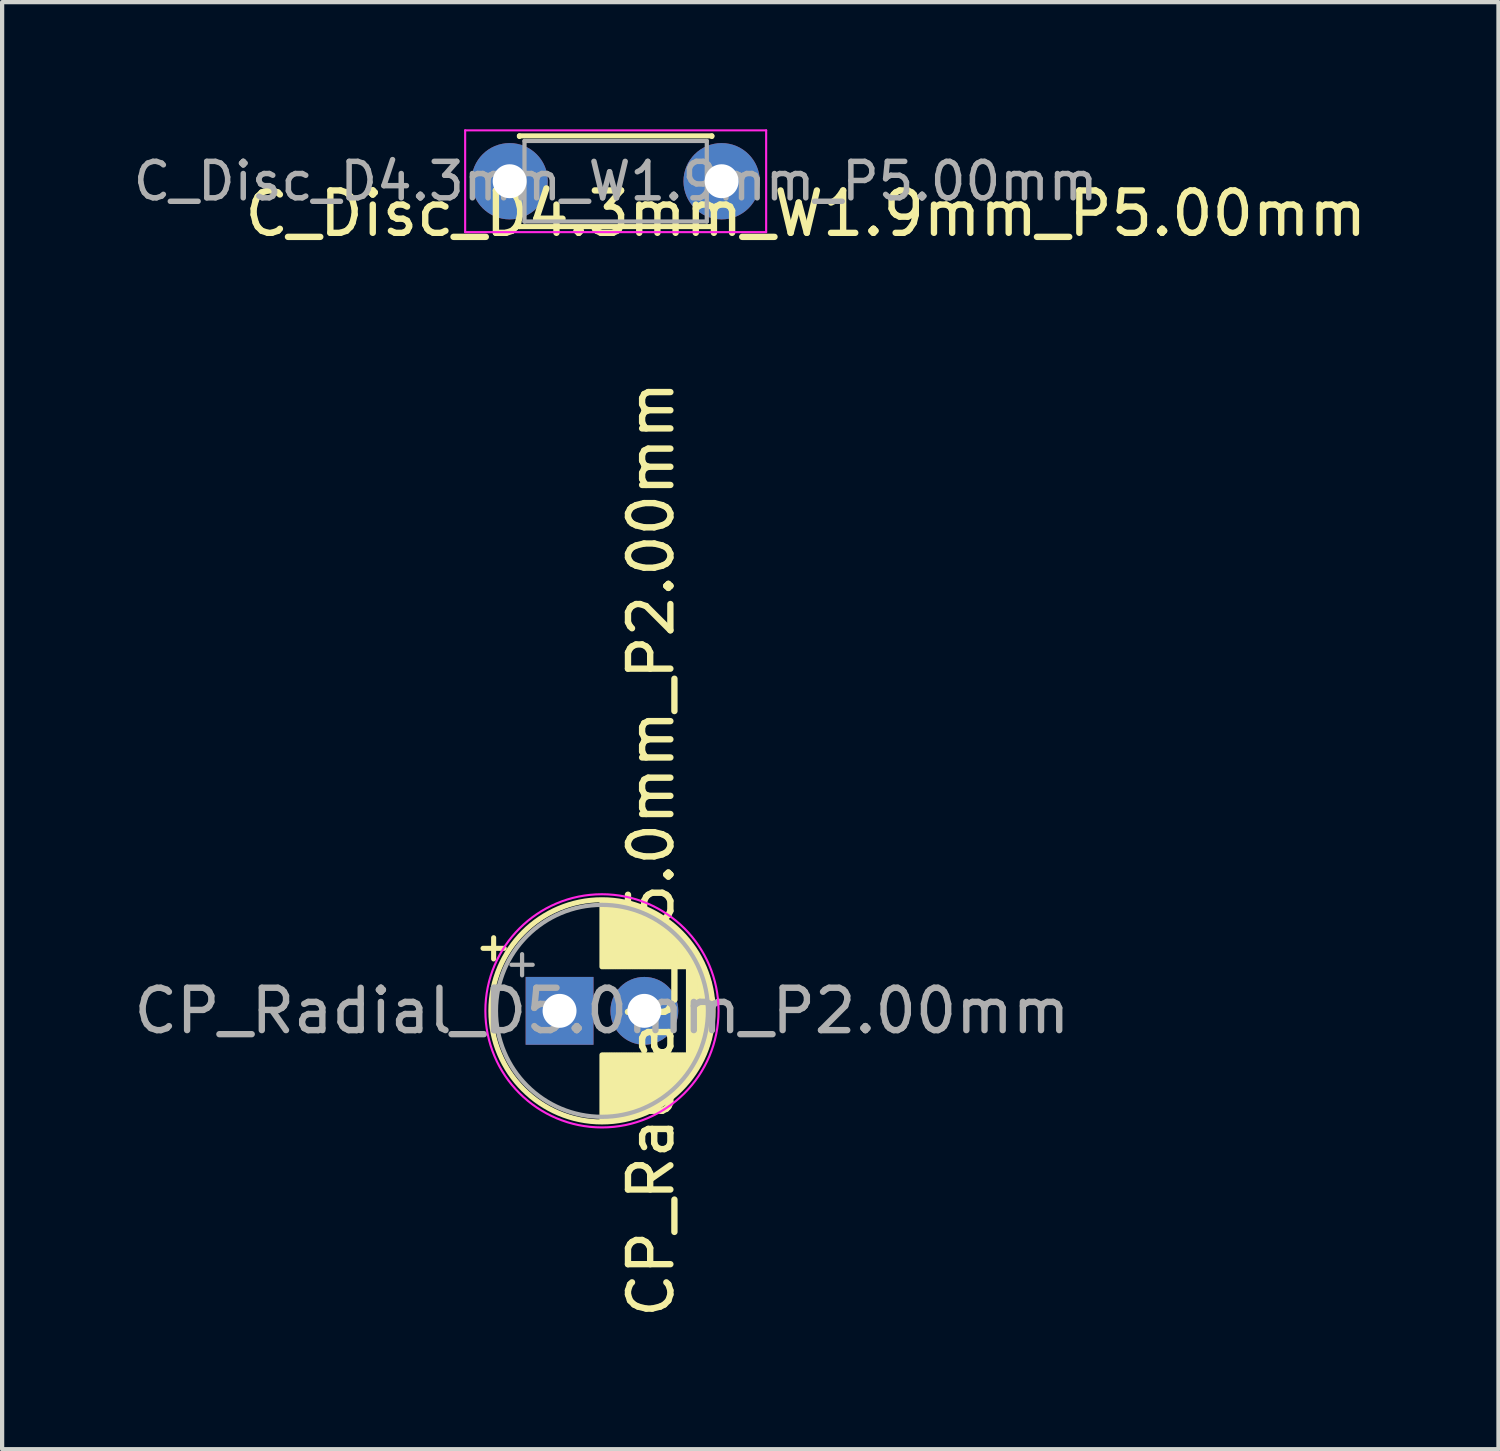
<source format=kicad_pcb>
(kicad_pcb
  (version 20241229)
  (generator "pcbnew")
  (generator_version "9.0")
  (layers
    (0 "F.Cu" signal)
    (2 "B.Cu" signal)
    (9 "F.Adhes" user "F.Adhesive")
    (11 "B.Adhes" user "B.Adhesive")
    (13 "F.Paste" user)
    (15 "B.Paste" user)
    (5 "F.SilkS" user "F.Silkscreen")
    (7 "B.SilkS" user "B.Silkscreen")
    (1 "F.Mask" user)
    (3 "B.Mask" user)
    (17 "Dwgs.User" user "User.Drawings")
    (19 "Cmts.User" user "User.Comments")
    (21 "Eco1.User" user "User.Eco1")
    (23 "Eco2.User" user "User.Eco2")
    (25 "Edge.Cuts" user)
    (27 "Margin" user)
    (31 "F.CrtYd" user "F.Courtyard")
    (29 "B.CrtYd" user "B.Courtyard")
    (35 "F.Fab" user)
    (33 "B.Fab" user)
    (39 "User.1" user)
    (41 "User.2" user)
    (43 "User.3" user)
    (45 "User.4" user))
  (footprint "CP_Radial_D5.0mm_P2.00mm"
    (layer "F.Cu")
    (at 10.149 20.794)
    (property "Reference" "CP_Radial_D5.0mm_P2.00mm" (at 2.159 -3.81 270) (layer "F.SilkS") (effects (font (size 1 1) (thickness 0.15))))
    (attr through_hole)
    (fp_line (start -1.805 -1.475) (end -1.305 -1.475) (stroke (width 0.12) (type solid)) (layer "F.SilkS"))
    (fp_line (start -1.555 -1.725) (end -1.555 -1.225) (stroke (width 0.12) (type solid)) (layer "F.SilkS"))
    (fp_line (start 1 -2.58) (end 1 -1.04) (stroke (width 0.12) (type solid)) (layer "F.SilkS"))
    (fp_line (start 1 1.04) (end 1 2.58) (stroke (width 0.12) (type solid)) (layer "F.SilkS"))
    (fp_line (start 1.04 -2.58) (end 1.04 -1.04) (stroke (width 0.12) (type solid)) (layer "F.SilkS"))
    (fp_line (start 1.04 1.04) (end 1.04 2.58) (stroke (width 0.12) (type solid)) (layer "F.SilkS"))
    (fp_line (start 1.08 -2.579) (end 1.08 -1.04) (stroke (width 0.12) (type solid)) (layer "F.SilkS"))
    (fp_line (start 1.08 1.04) (end 1.08 2.579) (stroke (width 0.12) (type solid)) (layer "F.SilkS"))
    (fp_line (start 1.12 -2.578) (end 1.12 -1.04) (stroke (width 0.12) (type solid)) (layer "F.SilkS"))
    (fp_line (start 1.12 1.04) (end 1.12 2.578) (stroke (width 0.12) (type solid)) (layer "F.SilkS"))
    (fp_line (start 1.16 -2.576) (end 1.16 -1.04) (stroke (width 0.12) (type solid)) (layer "F.SilkS"))
    (fp_line (start 1.16 1.04) (end 1.16 2.576) (stroke (width 0.12) (type solid)) (layer "F.SilkS"))
    (fp_line (start 1.2 -2.573) (end 1.2 -1.04) (stroke (width 0.12) (type solid)) (layer "F.SilkS"))
    (fp_line (start 1.2 1.04) (end 1.2 2.573) (stroke (width 0.12) (type solid)) (layer "F.SilkS"))
    (fp_line (start 1.24 -2.569) (end 1.24 -1.04) (stroke (width 0.12) (type solid)) (layer "F.SilkS"))
    (fp_line (start 1.24 1.04) (end 1.24 2.569) (stroke (width 0.12) (type solid)) (layer "F.SilkS"))
    (fp_line (start 1.28 -2.565) (end 1.28 -1.04) (stroke (width 0.12) (type solid)) (layer "F.SilkS"))
    (fp_line (start 1.28 1.04) (end 1.28 2.565) (stroke (width 0.12) (type solid)) (layer "F.SilkS"))
    (fp_line (start 1.32 -2.561) (end 1.32 -1.04) (stroke (width 0.12) (type solid)) (layer "F.SilkS"))
    (fp_line (start 1.32 1.04) (end 1.32 2.561) (stroke (width 0.12) (type solid)) (layer "F.SilkS"))
    (fp_line (start 1.36 -2.556) (end 1.36 -1.04) (stroke (width 0.12) (type solid)) (layer "F.SilkS"))
    (fp_line (start 1.36 1.04) (end 1.36 2.556) (stroke (width 0.12) (type solid)) (layer "F.SilkS"))
    (fp_line (start 1.4 -2.55) (end 1.4 -1.04) (stroke (width 0.12) (type solid)) (layer "F.SilkS"))
    (fp_line (start 1.4 1.04) (end 1.4 2.55) (stroke (width 0.12) (type solid)) (layer "F.SilkS"))
    (fp_line (start 1.44 -2.543) (end 1.44 -1.04) (stroke (width 0.12) (type solid)) (layer "F.SilkS"))
    (fp_line (start 1.44 1.04) (end 1.44 2.543) (stroke (width 0.12) (type solid)) (layer "F.SilkS"))
    (fp_line (start 1.48 -2.536) (end 1.48 -1.04) (stroke (width 0.12) (type solid)) (layer "F.SilkS"))
    (fp_line (start 1.48 1.04) (end 1.48 2.536) (stroke (width 0.12) (type solid)) (layer "F.SilkS"))
    (fp_line (start 1.52 -2.528) (end 1.52 -1.04) (stroke (width 0.12) (type solid)) (layer "F.SilkS"))
    (fp_line (start 1.52 1.04) (end 1.52 2.528) (stroke (width 0.12) (type solid)) (layer "F.SilkS"))
    (fp_line (start 1.56 -2.52) (end 1.56 -1.04) (stroke (width 0.12) (type solid)) (layer "F.SilkS"))
    (fp_line (start 1.56 1.04) (end 1.56 2.52) (stroke (width 0.12) (type solid)) (layer "F.SilkS"))
    (fp_line (start 1.6 -2.511) (end 1.6 -1.04) (stroke (width 0.12) (type solid)) (layer "F.SilkS"))
    (fp_line (start 1.6 1.04) (end 1.6 2.511) (stroke (width 0.12) (type solid)) (layer "F.SilkS"))
    (fp_line (start 1.64 -2.501) (end 1.64 -1.04) (stroke (width 0.12) (type solid)) (layer "F.SilkS"))
    (fp_line (start 1.64 1.04) (end 1.64 2.501) (stroke (width 0.12) (type solid)) (layer "F.SilkS"))
    (fp_line (start 1.68 -2.491) (end 1.68 -1.04) (stroke (width 0.12) (type solid)) (layer "F.SilkS"))
    (fp_line (start 1.68 1.04) (end 1.68 2.491) (stroke (width 0.12) (type solid)) (layer "F.SilkS"))
    (fp_line (start 1.721 -2.48) (end 1.721 -1.04) (stroke (width 0.12) (type solid)) (layer "F.SilkS"))
    (fp_line (start 1.721 1.04) (end 1.721 2.48) (stroke (width 0.12) (type solid)) (layer "F.SilkS"))
    (fp_line (start 1.761 -2.468) (end 1.761 -1.04) (stroke (width 0.12) (type solid)) (layer "F.SilkS"))
    (fp_line (start 1.761 1.04) (end 1.761 2.468) (stroke (width 0.12) (type solid)) (layer "F.SilkS"))
    (fp_line (start 1.801 -2.455) (end 1.801 -1.04) (stroke (width 0.12) (type solid)) (layer "F.SilkS"))
    (fp_line (start 1.801 1.04) (end 1.801 2.455) (stroke (width 0.12) (type solid)) (layer "F.SilkS"))
    (fp_line (start 1.841 -2.442) (end 1.841 -1.04) (stroke (width 0.12) (type solid)) (layer "F.SilkS"))
    (fp_line (start 1.841 1.04) (end 1.841 2.442) (stroke (width 0.12) (type solid)) (layer "F.SilkS"))
    (fp_line (start 1.881 -2.428) (end 1.881 -1.04) (stroke (width 0.12) (type solid)) (layer "F.SilkS"))
    (fp_line (start 1.881 1.04) (end 1.881 2.428) (stroke (width 0.12) (type solid)) (layer "F.SilkS"))
    (fp_line (start 1.921 -2.414) (end 1.921 -1.04) (stroke (width 0.12) (type solid)) (layer "F.SilkS"))
    (fp_line (start 1.921 1.04) (end 1.921 2.414) (stroke (width 0.12) (type solid)) (layer "F.SilkS"))
    (fp_line (start 1.961 -2.398) (end 1.961 -1.04) (stroke (width 0.12) (type solid)) (layer "F.SilkS"))
    (fp_line (start 1.961 1.04) (end 1.961 2.398) (stroke (width 0.12) (type solid)) (layer "F.SilkS"))
    (fp_line (start 2.001 -2.382) (end 2.001 -1.04) (stroke (width 0.12) (type solid)) (layer "F.SilkS"))
    (fp_line (start 2.001 1.04) (end 2.001 2.382) (stroke (width 0.12) (type solid)) (layer "F.SilkS"))
    (fp_line (start 2.041 -2.365) (end 2.041 -1.04) (stroke (width 0.12) (type solid)) (layer "F.SilkS"))
    (fp_line (start 2.041 1.04) (end 2.041 2.365) (stroke (width 0.12) (type solid)) (layer "F.SilkS"))
    (fp_line (start 2.081 -2.348) (end 2.081 -1.04) (stroke (width 0.12) (type solid)) (layer "F.SilkS"))
    (fp_line (start 2.081 1.04) (end 2.081 2.348) (stroke (width 0.12) (type solid)) (layer "F.SilkS"))
    (fp_line (start 2.121 -2.329) (end 2.121 -1.04) (stroke (width 0.12) (type solid)) (layer "F.SilkS"))
    (fp_line (start 2.121 1.04) (end 2.121 2.329) (stroke (width 0.12) (type solid)) (layer "F.SilkS"))
    (fp_line (start 2.161 -2.31) (end 2.161 -1.04) (stroke (width 0.12) (type solid)) (layer "F.SilkS"))
    (fp_line (start 2.161 1.04) (end 2.161 2.31) (stroke (width 0.12) (type solid)) (layer "F.SilkS"))
    (fp_line (start 2.201 -2.29) (end 2.201 -1.04) (stroke (width 0.12) (type solid)) (layer "F.SilkS"))
    (fp_line (start 2.201 1.04) (end 2.201 2.29) (stroke (width 0.12) (type solid)) (layer "F.SilkS"))
    (fp_line (start 2.241 -2.268) (end 2.241 -1.04) (stroke (width 0.12) (type solid)) (layer "F.SilkS"))
    (fp_line (start 2.241 1.04) (end 2.241 2.268) (stroke (width 0.12) (type solid)) (layer "F.SilkS"))
    (fp_line (start 2.281 -2.247) (end 2.281 -1.04) (stroke (width 0.12) (type solid)) (layer "F.SilkS"))
    (fp_line (start 2.281 1.04) (end 2.281 2.247) (stroke (width 0.12) (type solid)) (layer "F.SilkS"))
    (fp_line (start 2.321 -2.224) (end 2.321 -1.04) (stroke (width 0.12) (type solid)) (layer "F.SilkS"))
    (fp_line (start 2.321 1.04) (end 2.321 2.224) (stroke (width 0.12) (type solid)) (layer "F.SilkS"))
    (fp_line (start 2.361 -2.2) (end 2.361 -1.04) (stroke (width 0.12) (type solid)) (layer "F.SilkS"))
    (fp_line (start 2.361 1.04) (end 2.361 2.2) (stroke (width 0.12) (type solid)) (layer "F.SilkS"))
    (fp_line (start 2.401 -2.175) (end 2.401 -1.04) (stroke (width 0.12) (type solid)) (layer "F.SilkS"))
    (fp_line (start 2.401 1.04) (end 2.401 2.175) (stroke (width 0.12) (type solid)) (layer "F.SilkS"))
    (fp_line (start 2.441 -2.149) (end 2.441 -1.04) (stroke (width 0.12) (type solid)) (layer "F.SilkS"))
    (fp_line (start 2.441 1.04) (end 2.441 2.149) (stroke (width 0.12) (type solid)) (layer "F.SilkS"))
    (fp_line (start 2.481 -2.122) (end 2.481 -1.04) (stroke (width 0.12) (type solid)) (layer "F.SilkS"))
    (fp_line (start 2.481 1.04) (end 2.481 2.122) (stroke (width 0.12) (type solid)) (layer "F.SilkS"))
    (fp_line (start 2.521 -2.095) (end 2.521 -1.04) (stroke (width 0.12) (type solid)) (layer "F.SilkS"))
    (fp_line (start 2.521 1.04) (end 2.521 2.095) (stroke (width 0.12) (type solid)) (layer "F.SilkS"))
    (fp_line (start 2.561 -2.065) (end 2.561 -1.04) (stroke (width 0.12) (type solid)) (layer "F.SilkS"))
    (fp_line (start 2.561 1.04) (end 2.561 2.065) (stroke (width 0.12) (type solid)) (layer "F.SilkS"))
    (fp_line (start 2.601 -2.035) (end 2.601 -1.04) (stroke (width 0.12) (type solid)) (layer "F.SilkS"))
    (fp_line (start 2.601 1.04) (end 2.601 2.035) (stroke (width 0.12) (type solid)) (layer "F.SilkS"))
    (fp_line (start 2.641 -2.004) (end 2.641 -1.04) (stroke (width 0.12) (type solid)) (layer "F.SilkS"))
    (fp_line (start 2.641 1.04) (end 2.641 2.004) (stroke (width 0.12) (type solid)) (layer "F.SilkS"))
    (fp_line (start 2.681 -1.971) (end 2.681 -1.04) (stroke (width 0.12) (type solid)) (layer "F.SilkS"))
    (fp_line (start 2.681 1.04) (end 2.681 1.971) (stroke (width 0.12) (type solid)) (layer "F.SilkS"))
    (fp_line (start 2.721 -1.937) (end 2.721 -1.04) (stroke (width 0.12) (type solid)) (layer "F.SilkS"))
    (fp_line (start 2.721 1.04) (end 2.721 1.937) (stroke (width 0.12) (type solid)) (layer "F.SilkS"))
    (fp_line (start 2.761 -1.901) (end 2.761 -1.04) (stroke (width 0.12) (type solid)) (layer "F.SilkS"))
    (fp_line (start 2.761 1.04) (end 2.761 1.901) (stroke (width 0.12) (type solid)) (layer "F.SilkS"))
    (fp_line (start 2.801 -1.864) (end 2.801 -1.04) (stroke (width 0.12) (type solid)) (layer "F.SilkS"))
    (fp_line (start 2.801 1.04) (end 2.801 1.864) (stroke (width 0.12) (type solid)) (layer "F.SilkS"))
    (fp_line (start 2.841 -1.826) (end 2.841 -1.04) (stroke (width 0.12) (type solid)) (layer "F.SilkS"))
    (fp_line (start 2.841 1.04) (end 2.841 1.826) (stroke (width 0.12) (type solid)) (layer "F.SilkS"))
    (fp_line (start 2.881 -1.785) (end 2.881 -1.04) (stroke (width 0.12) (type solid)) (layer "F.SilkS"))
    (fp_line (start 2.881 1.04) (end 2.881 1.785) (stroke (width 0.12) (type solid)) (layer "F.SilkS"))
    (fp_line (start 2.921 -1.743) (end 2.921 -1.04) (stroke (width 0.12) (type solid)) (layer "F.SilkS"))
    (fp_line (start 2.921 1.04) (end 2.921 1.743) (stroke (width 0.12) (type solid)) (layer "F.SilkS"))
    (fp_line (start 2.961 -1.699) (end 2.961 -1.04) (stroke (width 0.12) (type solid)) (layer "F.SilkS"))
    (fp_line (start 2.961 1.04) (end 2.961 1.699) (stroke (width 0.12) (type solid)) (layer "F.SilkS"))
    (fp_line (start 3.001 -1.653) (end 3.001 -1.04) (stroke (width 0.12) (type solid)) (layer "F.SilkS"))
    (fp_line (start 3.001 1.04) (end 3.001 1.653) (stroke (width 0.12) (type solid)) (layer "F.SilkS"))
    (fp_line (start 3.041 -1.605) (end 3.041 1.605) (stroke (width 0.12) (type solid)) (layer "F.SilkS"))
    (fp_line (start 3.081 -1.554) (end 3.081 1.554) (stroke (width 0.12) (type solid)) (layer "F.SilkS"))
    (fp_line (start 3.121 -1.5) (end 3.121 1.5) (stroke (width 0.12) (type solid)) (layer "F.SilkS"))
    (fp_line (start 3.161 -1.443) (end 3.161 1.443) (stroke (width 0.12) (type solid)) (layer "F.SilkS"))
    (fp_line (start 3.201 -1.383) (end 3.201 1.383) (stroke (width 0.12) (type solid)) (layer "F.SilkS"))
    (fp_line (start 3.241 -1.319) (end 3.241 1.319) (stroke (width 0.12) (type solid)) (layer "F.SilkS"))
    (fp_line (start 3.281 -1.251) (end 3.281 1.251) (stroke (width 0.12) (type solid)) (layer "F.SilkS"))
    (fp_line (start 3.321 -1.178) (end 3.321 1.178) (stroke (width 0.12) (type solid)) (layer "F.SilkS"))
    (fp_line (start 3.361 -1.098) (end 3.361 1.098) (stroke (width 0.12) (type solid)) (layer "F.SilkS"))
    (fp_line (start 3.401 -1.011) (end 3.401 1.011) (stroke (width 0.12) (type solid)) (layer "F.SilkS"))
    (fp_line (start 3.441 -0.915) (end 3.441 0.915) (stroke (width 0.12) (type solid)) (layer "F.SilkS"))
    (fp_line (start 3.481 -0.805) (end 3.481 0.805) (stroke (width 0.12) (type solid)) (layer "F.SilkS"))
    (fp_line (start 3.521 -0.677) (end 3.521 0.677) (stroke (width 0.12) (type solid)) (layer "F.SilkS"))
    (fp_line (start 3.561 -0.518) (end 3.561 0.518) (stroke (width 0.12) (type solid)) (layer "F.SilkS"))
    (fp_line (start 3.601 -0.284) (end 3.601 0.284) (stroke (width 0.12) (type solid)) (layer "F.SilkS"))
    (fp_circle (center 1 0) (end 3.62 0) (stroke (width 0.12) (type solid)) (fill no) (layer "F.SilkS"))
    (fp_circle (center 1 0) (end 3.75 0) (stroke (width 0.05) (type solid)) (fill no) (layer "F.CrtYd"))
    (fp_line (start -1.134 -1.087) (end -0.634 -1.087) (stroke (width 0.1) (type solid)) (layer "F.Fab"))
    (fp_line (start -0.884 -1.337) (end -0.884 -0.838) (stroke (width 0.1) (type solid)) (layer "F.Fab"))
    (fp_circle (center 1 0) (end 3.5 0) (stroke (width 0.1) (type solid)) (fill no) (layer "F.Fab"))
    (fp_text user "${REFERENCE}" (at 1 0 180) (layer "F.Fab") (effects (font (size 1 1) (thickness 0.15))))
    (pad "1" thru_hole rect (at 0 0) (size 1.6 1.6) (drill 0.8) (layers "*.Cu" "*.Mask"))
    (pad "2" thru_hole circle (at 2 0) (size 1.6 1.6) (drill 0.8) (layers "*.Cu" "*.Mask")))
  (footprint "C_Disc_D4.3mm_W1.9mm_P5.00mm"
    (layer "F.Cu")
    (at 8.972 1.225)
    (property "Reference" "C_Disc_D4.3mm_W1.9mm_P5.00mm" (at 6.985 0.762 180) (layer "F.SilkS") (effects (font (size 1 1) (thickness 0.15))))
    (attr through_hole)
    (fp_line (start 0.23 -1.07) (end 0.23 -1.055) (stroke (width 0.12) (type solid)) (layer "F.SilkS"))
    (fp_line (start 0.23 -1.07) (end 4.77 -1.07) (stroke (width 0.12) (type solid)) (layer "F.SilkS"))
    (fp_line (start 0.23 1.055) (end 0.23 1.07) (stroke (width 0.12) (type solid)) (layer "F.SilkS"))
    (fp_line (start 0.23 1.07) (end 4.77 1.07) (stroke (width 0.12) (type solid)) (layer "F.SilkS"))
    (fp_line (start 4.77 -1.07) (end 4.77 -1.055) (stroke (width 0.12) (type solid)) (layer "F.SilkS"))
    (fp_line (start 4.77 1.055) (end 4.77 1.07) (stroke (width 0.12) (type solid)) (layer "F.SilkS"))
    (fp_line (start -1.05 -1.2) (end -1.05 1.2) (stroke (width 0.05) (type solid)) (layer "F.CrtYd"))
    (fp_line (start -1.05 1.2) (end 6.05 1.2) (stroke (width 0.05) (type solid)) (layer "F.CrtYd"))
    (fp_line (start 6.05 -1.2) (end -1.05 -1.2) (stroke (width 0.05) (type solid)) (layer "F.CrtYd"))
    (fp_line (start 6.05 1.2) (end 6.05 -1.2) (stroke (width 0.05) (type solid)) (layer "F.CrtYd"))
    (fp_line (start 0.35 -0.95) (end 0.35 0.95) (stroke (width 0.1) (type solid)) (layer "F.Fab"))
    (fp_line (start 0.35 0.95) (end 4.65 0.95) (stroke (width 0.1) (type solid)) (layer "F.Fab"))
    (fp_line (start 4.65 -0.95) (end 0.35 -0.95) (stroke (width 0.1) (type solid)) (layer "F.Fab"))
    (fp_line (start 4.65 0.95) (end 4.65 -0.95) (stroke (width 0.1) (type solid)) (layer "F.Fab"))
    (fp_text user "${REFERENCE}" (at 2.5 0 180) (layer "F.Fab") (effects (font (size 0.86 0.86) (thickness 0.129))))
    (pad "1" thru_hole circle (at 0 0) (size 1.8 1.8) (drill 0.8) (layers "*.Cu" "*.Mask"))
    (pad "2" thru_hole circle (at 5 0) (size 1.8 1.8) (drill 0.8) (layers "*.Cu" "*.Mask")))
  (gr_rect
    (start -3 -3)
    (end 32.296 31.133)
    (stroke (width 0.1) (type default))
    (fill no)
    (layer "Edge.Cuts")))
</source>
